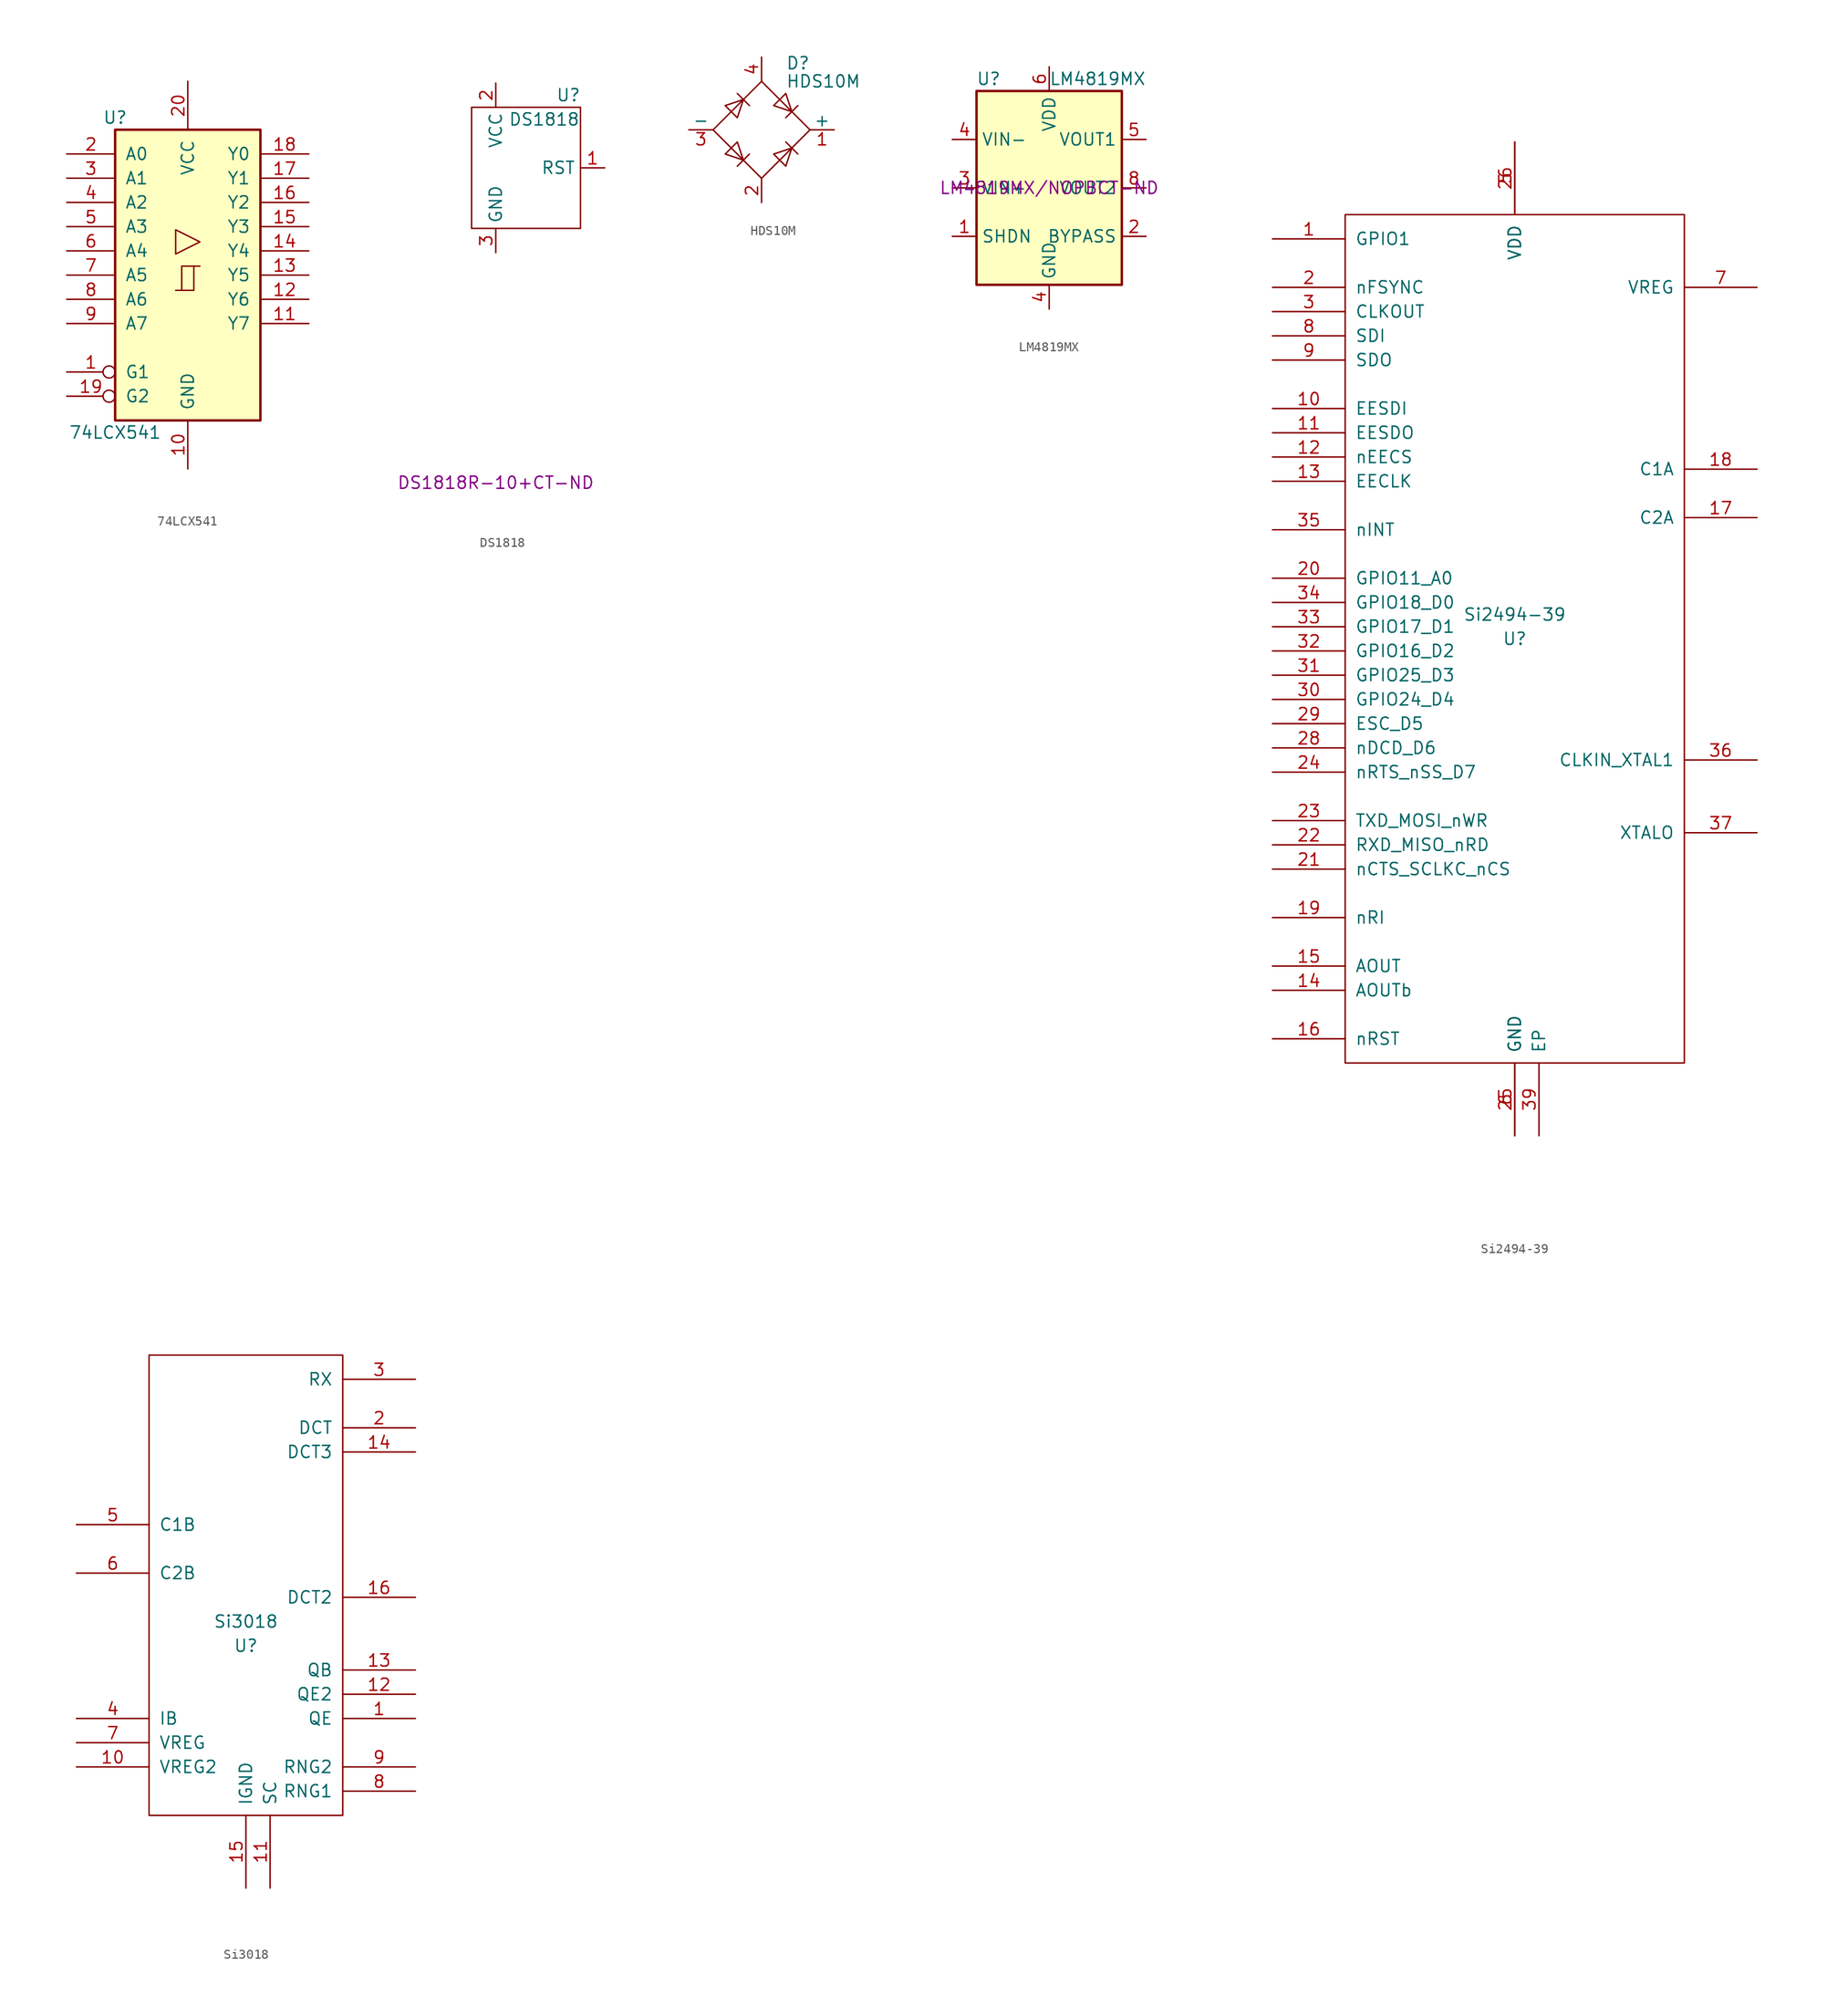
<source format=kicad_sym>
(kicad_symbol_lib
  (version 20220914)
  (generator kicad_symbol_editor)
  (symbol "74LCX541"
    (pin_names
      (offset 1.016))
    (property "Reference" "U"
      (at -7.62 16.51 0)
      (effects (font (size 1.27 1.27))))
    (property "Value" "74LCX541"
      (at -7.62 -16.51 0)
      (effects (font (size 1.27 1.27))))
    (symbol "74LCX541_1_0"
      (polyline (pts (xy -0.635 -1.6) (xy -0.635 0.94) (xy 0.635 0.94)) (stroke (width 0) (type default)) (fill (type none)))
      (polyline (pts (xy -1.27 -1.6) (xy 0.635 -1.6) (xy 0.635 0.94) (xy 1.27 0.94)) (stroke (width 0) (type default)) (fill (type none)))
      (polyline (pts (xy 1.27 3.48) (xy -1.27 4.75) (xy -1.27 2.21) (xy 1.27 3.48)) (stroke (width 0.152) (type default)) (fill (type none)))
      (pin input inverted (at -12.7 -10.16 0) (length 5.08) (name "G1" (effects (font (size 1.27 1.27)))) (number "1" (effects (font (size 1.27 1.27)))))
      (pin power_in line (at 0 -20.32 90) (length 5.08) (name "GND" (effects (font (size 1.27 1.27)))) (number "10" (effects (font (size 1.27 1.27)))))
      (pin tri_state line (at 12.7 -5.08 180) (length 5.08) (name "Y7" (effects (font (size 1.27 1.27)))) (number "11" (effects (font (size 1.27 1.27)))))
      (pin tri_state line (at 12.7 -2.54 180) (length 5.08) (name "Y6" (effects (font (size 1.27 1.27)))) (number "12" (effects (font (size 1.27 1.27)))))
      (pin tri_state line (at 12.7 0 180) (length 5.08) (name "Y5" (effects (font (size 1.27 1.27)))) (number "13" (effects (font (size 1.27 1.27)))))
      (pin tri_state line (at 12.7 2.54 180) (length 5.08) (name "Y4" (effects (font (size 1.27 1.27)))) (number "14" (effects (font (size 1.27 1.27)))))
      (pin tri_state line (at 12.7 5.08 180) (length 5.08) (name "Y3" (effects (font (size 1.27 1.27)))) (number "15" (effects (font (size 1.27 1.27)))))
      (pin tri_state line (at 12.7 7.62 180) (length 5.08) (name "Y2" (effects (font (size 1.27 1.27)))) (number "16" (effects (font (size 1.27 1.27)))))
      (pin tri_state line (at 12.7 10.16 180) (length 5.08) (name "Y1" (effects (font (size 1.27 1.27)))) (number "17" (effects (font (size 1.27 1.27)))))
      (pin tri_state line (at 12.7 12.7 180) (length 5.08) (name "Y0" (effects (font (size 1.27 1.27)))) (number "18" (effects (font (size 1.27 1.27)))))
      (pin input inverted (at -12.7 -12.7 0) (length 5.08) (name "G2" (effects (font (size 1.27 1.27)))) (number "19" (effects (font (size 1.27 1.27)))))
      (pin input line (at -12.7 12.7 0) (length 5.08) (name "A0" (effects (font (size 1.27 1.27)))) (number "2" (effects (font (size 1.27 1.27)))))
      (pin power_in line (at 0 20.32 270) (length 5.08) (name "VCC" (effects (font (size 1.27 1.27)))) (number "20" (effects (font (size 1.27 1.27)))))
      (pin input line (at -12.7 10.16 0) (length 5.08) (name "A1" (effects (font (size 1.27 1.27)))) (number "3" (effects (font (size 1.27 1.27)))))
      (pin input line (at -12.7 7.62 0) (length 5.08) (name "A2" (effects (font (size 1.27 1.27)))) (number "4" (effects (font (size 1.27 1.27)))))
      (pin input line (at -12.7 5.08 0) (length 5.08) (name "A3" (effects (font (size 1.27 1.27)))) (number "5" (effects (font (size 1.27 1.27)))))
      (pin input line (at -12.7 2.54 0) (length 5.08) (name "A4" (effects (font (size 1.27 1.27)))) (number "6" (effects (font (size 1.27 1.27)))))
      (pin input line (at -12.7 0 0) (length 5.08) (name "A5" (effects (font (size 1.27 1.27)))) (number "7" (effects (font (size 1.27 1.27)))))
      (pin input line (at -12.7 -2.54 0) (length 5.08) (name "A6" (effects (font (size 1.27 1.27)))) (number "8" (effects (font (size 1.27 1.27)))))
      (pin input line (at -12.7 -5.08 0) (length 5.08) (name "A7" (effects (font (size 1.27 1.27)))) (number "9" (effects (font (size 1.27 1.27))))))
    (symbol "74LCX541_1_1"
      (rectangle (start -7.62 15.24) (end 7.62 -15.24) (stroke (width 0.254) (type default)) (fill (type background)))))
  (symbol "DS1818"
    (property "Reference" "U"
      (at 7.62 7.62 0)
      (effects (font (size 1.27 1.27))))
    (property "Value" "DS1818"
      (at 5.08 5.08 0)
      (effects (font (size 1.27 1.27))))
    (property "DIGIKEY" "DS1818R-10+CT-ND"
      (at 0 -33.02 0)
      (effects (font (size 1.27 1.27))))
    (symbol "DS1818_0_1"
      (rectangle (start -2.54 6.35) (end 8.89 -6.35) (stroke (width 0) (type default)) (fill (type none))))
    (symbol "DS1818_1_1"
      (pin bidirectional line (at 11.43 0 180) (length 2.54) (name "RST" (effects (font (size 1.27 1.27)))) (number "1" (effects (font (size 1.27 1.27)))))
      (pin power_in line (at 0 8.89 270) (length 2.54) (name "VCC" (effects (font (size 1.27 1.27)))) (number "2" (effects (font (size 1.27 1.27)))))
      (pin power_in line (at 0 -8.89 90) (length 2.54) (name "GND" (effects (font (size 1.27 1.27)))) (number "3" (effects (font (size 1.27 1.27)))))))
  (symbol "HDS10M"
    (pin_names
      (offset 0))
    (property "Reference" "D"
      (at 2.54 6.985 0)
      (effects (font (size 1.27 1.27)) (justify left)))
    (property "Value" "HDS10M"
      (at 2.54 5.08 0)
      (effects (font (size 1.27 1.27)) (justify left)))
    (symbol "HDS10M_0_1"
      (polyline (pts (xy -2.54 3.81) (xy -1.27 2.54)) (stroke (width 0) (type default)) (fill (type none)))
      (polyline (pts (xy -1.27 -2.54) (xy -2.54 -3.81)) (stroke (width 0) (type default)) (fill (type none)))
      (polyline (pts (xy 2.54 -1.27) (xy 3.81 -2.54)) (stroke (width 0) (type default)) (fill (type none)))
      (polyline (pts (xy 2.54 1.27) (xy 3.81 2.54)) (stroke (width 0) (type default)) (fill (type none)))
      (polyline (pts (xy -3.81 2.54) (xy -2.54 1.27) (xy -1.905 3.175) (xy -3.81 2.54)) (stroke (width 0) (type default)) (fill (type none)))
      (polyline (pts (xy -2.54 -1.27) (xy -3.81 -2.54) (xy -1.905 -3.175) (xy -2.54 -1.27)) (stroke (width 0) (type default)) (fill (type none)))
      (polyline (pts (xy 1.27 2.54) (xy 2.54 3.81) (xy 3.175 1.905) (xy 1.27 2.54)) (stroke (width 0) (type default)) (fill (type none)))
      (polyline (pts (xy 3.175 -1.905) (xy 1.27 -2.54) (xy 2.54 -3.81) (xy 3.175 -1.905)) (stroke (width 0) (type default)) (fill (type none)))
      (polyline (pts (xy -5.08 0) (xy 0 -5.08) (xy 5.08 0) (xy 0 5.08) (xy -5.08 0)) (stroke (width 0) (type default)) (fill (type none))))
    (symbol "HDS10M_1_1"
      (pin passive line (at 7.62 0 180) (length 2.54) (name "+" (effects (font (size 1.27 1.27)))) (number "1" (effects (font (size 1.27 1.27)))))
      (pin passive line (at 0 -7.62 90) (length 2.54) (name "~" (effects (font (size 1.27 1.27)))) (number "2" (effects (font (size 1.27 1.27)))))
      (pin passive line (at -7.62 0 0) (length 2.54) (name "-" (effects (font (size 1.27 1.27)))) (number "3" (effects (font (size 1.27 1.27)))))
      (pin passive line (at 0 7.62 270) (length 2.54) (name "~" (effects (font (size 1.27 1.27)))) (number "4" (effects (font (size 1.27 1.27)))))))
  (symbol "LM4819MX"
    (property "Reference" "U"
      (at -6.35 11.43 0)
      (effects (font (size 1.27 1.27))))
    (property "Value" "LM4819MX"
      (at 5.08 11.43 0)
      (effects (font (size 1.27 1.27))))
    (property "DIGIKEY" "LM4819MX/NOPBCT-ND"
      (at 0 0 0)
      (effects (font (size 1.27 1.27))))
    (symbol "LM4819MX_0_1"
      (rectangle (start -7.62 10.16) (end 7.62 -10.16) (stroke (width 0.254) (type default)) (fill (type background))))
    (symbol "LM4819MX_1_1"
      (pin input line (at -10.16 -5.08 0) (length 2.54) (name "SHDN" (effects (font (size 1.27 1.27)))) (number "1" (effects (font (size 1.27 1.27)))))
      (pin passive line (at 10.16 -5.08 180) (length 2.54) (name "BYPASS" (effects (font (size 1.27 1.27)))) (number "2" (effects (font (size 1.27 1.27)))))
      (pin input line (at -10.16 0 0) (length 2.54) (name "VIN+" (effects (font (size 1.27 1.27)))) (number "3" (effects (font (size 1.27 1.27)))))
      (pin power_in line (at 0 -12.7 90) (length 2.54) (name "GND" (effects (font (size 1.27 1.27)))) (number "4" (effects (font (size 1.27 1.27)))))
      (pin input line (at -10.16 5.08 0) (length 2.54) (name "VIN-" (effects (font (size 1.27 1.27)))) (number "4" (effects (font (size 1.27 1.27)))))
      (pin output line (at 10.16 5.08 180) (length 2.54) (name "VOUT1" (effects (font (size 1.27 1.27)))) (number "5" (effects (font (size 1.27 1.27)))))
      (pin power_in line (at 0 12.7 270) (length 2.54) (name "VDD" (effects (font (size 1.27 1.27)))) (number "6" (effects (font (size 1.27 1.27)))))
      (pin output line (at 10.16 0 180) (length 2.54) (name "VOUT2" (effects (font (size 1.27 1.27)))) (number "8" (effects (font (size 1.27 1.27)))))))
  (symbol "Si2494-39"
    (pin_names
      (offset 1.016))
    (property "Reference" "U"
      (at 0 0 0)
      (effects (font (size 1.27 1.27))))
    (property "Value" "Si2494-39"
      (at 0 2.54 0)
      (effects (font (size 1.27 1.27))))
    (symbol "Si2494-39_1_0"
      (rectangle (start -17.78 44.45) (end 17.78 -44.45) (stroke (width 0) (type default)) (fill (type none))))
    (symbol "Si2494-39_1_1"
      (pin bidirectional line (at -25.4 41.91 0) (length 7.62) (name "GPIO1" (effects (font (size 1.27 1.27)))) (number "1" (effects (font (size 1.27 1.27)))))
      (pin input line (at -25.4 24.13 0) (length 7.62) (name "EESDI" (effects (font (size 1.27 1.27)))) (number "10" (effects (font (size 1.27 1.27)))))
      (pin output line (at -25.4 21.59 0) (length 7.62) (name "EESDO" (effects (font (size 1.27 1.27)))) (number "11" (effects (font (size 1.27 1.27)))))
      (pin output line (at -25.4 19.05 0) (length 7.62) (name "nEECS" (effects (font (size 1.27 1.27)))) (number "12" (effects (font (size 1.27 1.27)))))
      (pin output line (at -25.4 16.51 0) (length 7.62) (name "EECLK" (effects (font (size 1.27 1.27)))) (number "13" (effects (font (size 1.27 1.27)))))
      (pin output line (at -25.4 -36.83 0) (length 7.62) (name "AOUTb" (effects (font (size 1.27 1.27)))) (number "14" (effects (font (size 1.27 1.27)))))
      (pin output line (at -25.4 -34.29 0) (length 7.62) (name "AOUT" (effects (font (size 1.27 1.27)))) (number "15" (effects (font (size 1.27 1.27)))))
      (pin input line (at -25.4 -41.91 0) (length 7.62) (name "nRST" (effects (font (size 1.27 1.27)))) (number "16" (effects (font (size 1.27 1.27)))))
      (pin input line (at 25.4 12.7 180) (length 7.62) (name "C2A" (effects (font (size 1.27 1.27)))) (number "17" (effects (font (size 1.27 1.27)))))
      (pin input line (at 25.4 17.78 180) (length 7.62) (name "C1A" (effects (font (size 1.27 1.27)))) (number "18" (effects (font (size 1.27 1.27)))))
      (pin output line (at -25.4 -29.21 0) (length 7.62) (name "nRI" (effects (font (size 1.27 1.27)))) (number "19" (effects (font (size 1.27 1.27)))))
      (pin output line (at -25.4 36.83 0) (length 7.62) (name "nFSYNC" (effects (font (size 1.27 1.27)))) (number "2" (effects (font (size 1.27 1.27)))))
      (pin bidirectional line (at -25.4 6.35 0) (length 7.62) (name "GPIO11_A0" (effects (font (size 1.27 1.27)))) (number "20" (effects (font (size 1.27 1.27)))))
      (pin bidirectional line (at -25.4 -24.13 0) (length 7.62) (name "nCTS_SCLKC_nCS" (effects (font (size 1.27 1.27)))) (number "21" (effects (font (size 1.27 1.27)))))
      (pin bidirectional line (at -25.4 -21.59 0) (length 7.62) (name "RXD_MISO_nRD" (effects (font (size 1.27 1.27)))) (number "22" (effects (font (size 1.27 1.27)))))
      (pin bidirectional line (at -25.4 -19.05 0) (length 7.62) (name "TXD_MOSI_nWR" (effects (font (size 1.27 1.27)))) (number "23" (effects (font (size 1.27 1.27)))))
      (pin bidirectional line (at -25.4 -13.97 0) (length 7.62) (name "nRTS_nSS_D7" (effects (font (size 1.27 1.27)))) (number "24" (effects (font (size 1.27 1.27)))))
      (pin power_in line (at 0 -52.07 90) (length 7.62) (name "GND" (effects (font (size 1.27 1.27)))) (number "25" (effects (font (size 1.27 1.27)))))
      (pin power_in line (at 0 52.07 270) (length 7.62) (name "VDD" (effects (font (size 1.27 1.27)))) (number "26" (effects (font (size 1.27 1.27)))))
      (pin no_connect line (at 0 22.86 0) (length 7.62) hide (name "NC" (effects (font (size 1.27 1.27)))) (number "27" (effects (font (size 1.27 1.27)))))
      (pin input line (at -25.4 -11.43 0) (length 7.62) (name "nDCD_D6" (effects (font (size 1.27 1.27)))) (number "28" (effects (font (size 1.27 1.27)))))
      (pin bidirectional line (at -25.4 -8.89 0) (length 7.62) (name "ESC_D5" (effects (font (size 1.27 1.27)))) (number "29" (effects (font (size 1.27 1.27)))))
      (pin output line (at -25.4 34.29 0) (length 7.62) (name "CLKOUT" (effects (font (size 1.27 1.27)))) (number "3" (effects (font (size 1.27 1.27)))))
      (pin bidirectional line (at -25.4 -6.35 0) (length 7.62) (name "GPIO24_D4" (effects (font (size 1.27 1.27)))) (number "30" (effects (font (size 1.27 1.27)))))
      (pin bidirectional line (at -25.4 -3.81 0) (length 7.62) (name "GPIO25_D3" (effects (font (size 1.27 1.27)))) (number "31" (effects (font (size 1.27 1.27)))))
      (pin bidirectional line (at -25.4 -1.27 0) (length 7.62) (name "GPIO16_D2" (effects (font (size 1.27 1.27)))) (number "32" (effects (font (size 1.27 1.27)))))
      (pin bidirectional line (at -25.4 1.27 0) (length 7.62) (name "GPIO17_D1" (effects (font (size 1.27 1.27)))) (number "33" (effects (font (size 1.27 1.27)))))
      (pin bidirectional line (at -25.4 3.81 0) (length 7.62) (name "GPIO18_D0" (effects (font (size 1.27 1.27)))) (number "34" (effects (font (size 1.27 1.27)))))
      (pin output line (at -25.4 11.43 0) (length 7.62) (name "nINT" (effects (font (size 1.27 1.27)))) (number "35" (effects (font (size 1.27 1.27)))))
      (pin input line (at 25.4 -12.7 180) (length 7.62) (name "CLKIN_XTAL1" (effects (font (size 1.27 1.27)))) (number "36" (effects (font (size 1.27 1.27)))))
      (pin output line (at 25.4 -20.32 180) (length 7.62) (name "XTALO" (effects (font (size 1.27 1.27)))) (number "37" (effects (font (size 1.27 1.27)))))
      (pin no_connect line (at 0 20.32 0) (length 7.62) hide (name "NC" (effects (font (size 1.27 1.27)))) (number "38" (effects (font (size 1.27 1.27)))))
      (pin power_in line (at 2.54 -52.07 90) (length 7.62) (name "EP" (effects (font (size 1.27 1.27)))) (number "39" (effects (font (size 1.27 1.27)))))
      (pin no_connect line (at 0 25.4 0) (length 7.62) hide (name "NC" (effects (font (size 1.27 1.27)))) (number "4" (effects (font (size 1.27 1.27)))))
      (pin power_in line (at 0 52.07 270) (length 7.62) (name "VDD" (effects (font (size 1.27 1.27)))) (number "5" (effects (font (size 1.27 1.27)))))
      (pin power_in line (at 0 -52.07 90) (length 7.62) (name "GND" (effects (font (size 1.27 1.27)))) (number "6" (effects (font (size 1.27 1.27)))))
      (pin input line (at 25.4 36.83 180) (length 7.62) (name "VREG" (effects (font (size 1.27 1.27)))) (number "7" (effects (font (size 1.27 1.27)))))
      (pin input line (at -25.4 31.75 0) (length 7.62) (name "SDI" (effects (font (size 1.27 1.27)))) (number "8" (effects (font (size 1.27 1.27)))))
      (pin output line (at -25.4 29.21 0) (length 7.62) (name "SDO" (effects (font (size 1.27 1.27)))) (number "9" (effects (font (size 1.27 1.27)))))))
  (symbol "Si3018"
    (pin_names
      (offset 1.016))
    (property "Reference" "U"
      (at 0 0 0)
      (effects (font (size 1.27 1.27))))
    (property "Value" "Si3018"
      (at 0 2.54 0)
      (effects (font (size 1.27 1.27))))
    (symbol "Si3018_1_0"
      (rectangle (start -10.16 30.48) (end 10.16 -17.78) (stroke (width 0) (type default)) (fill (type none)))
      (pin power_in line (at 0 -25.4 90) (length 7.62) (name "IGND" (effects (font (size 1.27 1.27)))) (number "15" (effects (font (size 1.27 1.27)))))
      (pin bidirectional line (at 17.78 5.08 180) (length 7.62) (name "DCT2" (effects (font (size 1.27 1.27)))) (number "16" (effects (font (size 1.27 1.27))))))
    (symbol "Si3018_1_1"
      (pin bidirectional line (at 17.78 -7.62 180) (length 7.62) (name "QE" (effects (font (size 1.27 1.27)))) (number "1" (effects (font (size 1.27 1.27)))))
      (pin power_in line (at -17.78 -12.7 0) (length 7.62) (name "VREG2" (effects (font (size 1.27 1.27)))) (number "10" (effects (font (size 1.27 1.27)))))
      (pin bidirectional line (at 2.54 -25.4 90) (length 7.62) (name "SC" (effects (font (size 1.27 1.27)))) (number "11" (effects (font (size 1.27 1.27)))))
      (pin bidirectional line (at 17.78 -5.08 180) (length 7.62) (name "QE2" (effects (font (size 1.27 1.27)))) (number "12" (effects (font (size 1.27 1.27)))))
      (pin bidirectional line (at 17.78 -2.54 180) (length 7.62) (name "QB" (effects (font (size 1.27 1.27)))) (number "13" (effects (font (size 1.27 1.27)))))
      (pin bidirectional line (at 17.78 20.32 180) (length 7.62) (name "DCT3" (effects (font (size 1.27 1.27)))) (number "14" (effects (font (size 1.27 1.27)))))
      (pin bidirectional line (at 17.78 22.86 180) (length 7.62) (name "DCT" (effects (font (size 1.27 1.27)))) (number "2" (effects (font (size 1.27 1.27)))))
      (pin bidirectional line (at 17.78 27.94 180) (length 7.62) (name "RX" (effects (font (size 1.27 1.27)))) (number "3" (effects (font (size 1.27 1.27)))))
      (pin bidirectional line (at -17.78 -7.62 0) (length 7.62) (name "IB" (effects (font (size 1.27 1.27)))) (number "4" (effects (font (size 1.27 1.27)))))
      (pin bidirectional line (at -17.78 12.7 0) (length 7.62) (name "C1B" (effects (font (size 1.27 1.27)))) (number "5" (effects (font (size 1.27 1.27)))))
      (pin bidirectional line (at -17.78 7.62 0) (length 7.62) (name "C2B" (effects (font (size 1.27 1.27)))) (number "6" (effects (font (size 1.27 1.27)))))
      (pin power_in line (at -17.78 -10.16 0) (length 7.62) (name "VREG" (effects (font (size 1.27 1.27)))) (number "7" (effects (font (size 1.27 1.27)))))
      (pin bidirectional line (at 17.78 -15.24 180) (length 7.62) (name "RNG1" (effects (font (size 1.27 1.27)))) (number "8" (effects (font (size 1.27 1.27)))))
      (pin bidirectional line (at 17.78 -12.7 180) (length 7.62) (name "RNG2" (effects (font (size 1.27 1.27)))) (number "9" (effects (font (size 1.27 1.27))))))))
</source>
